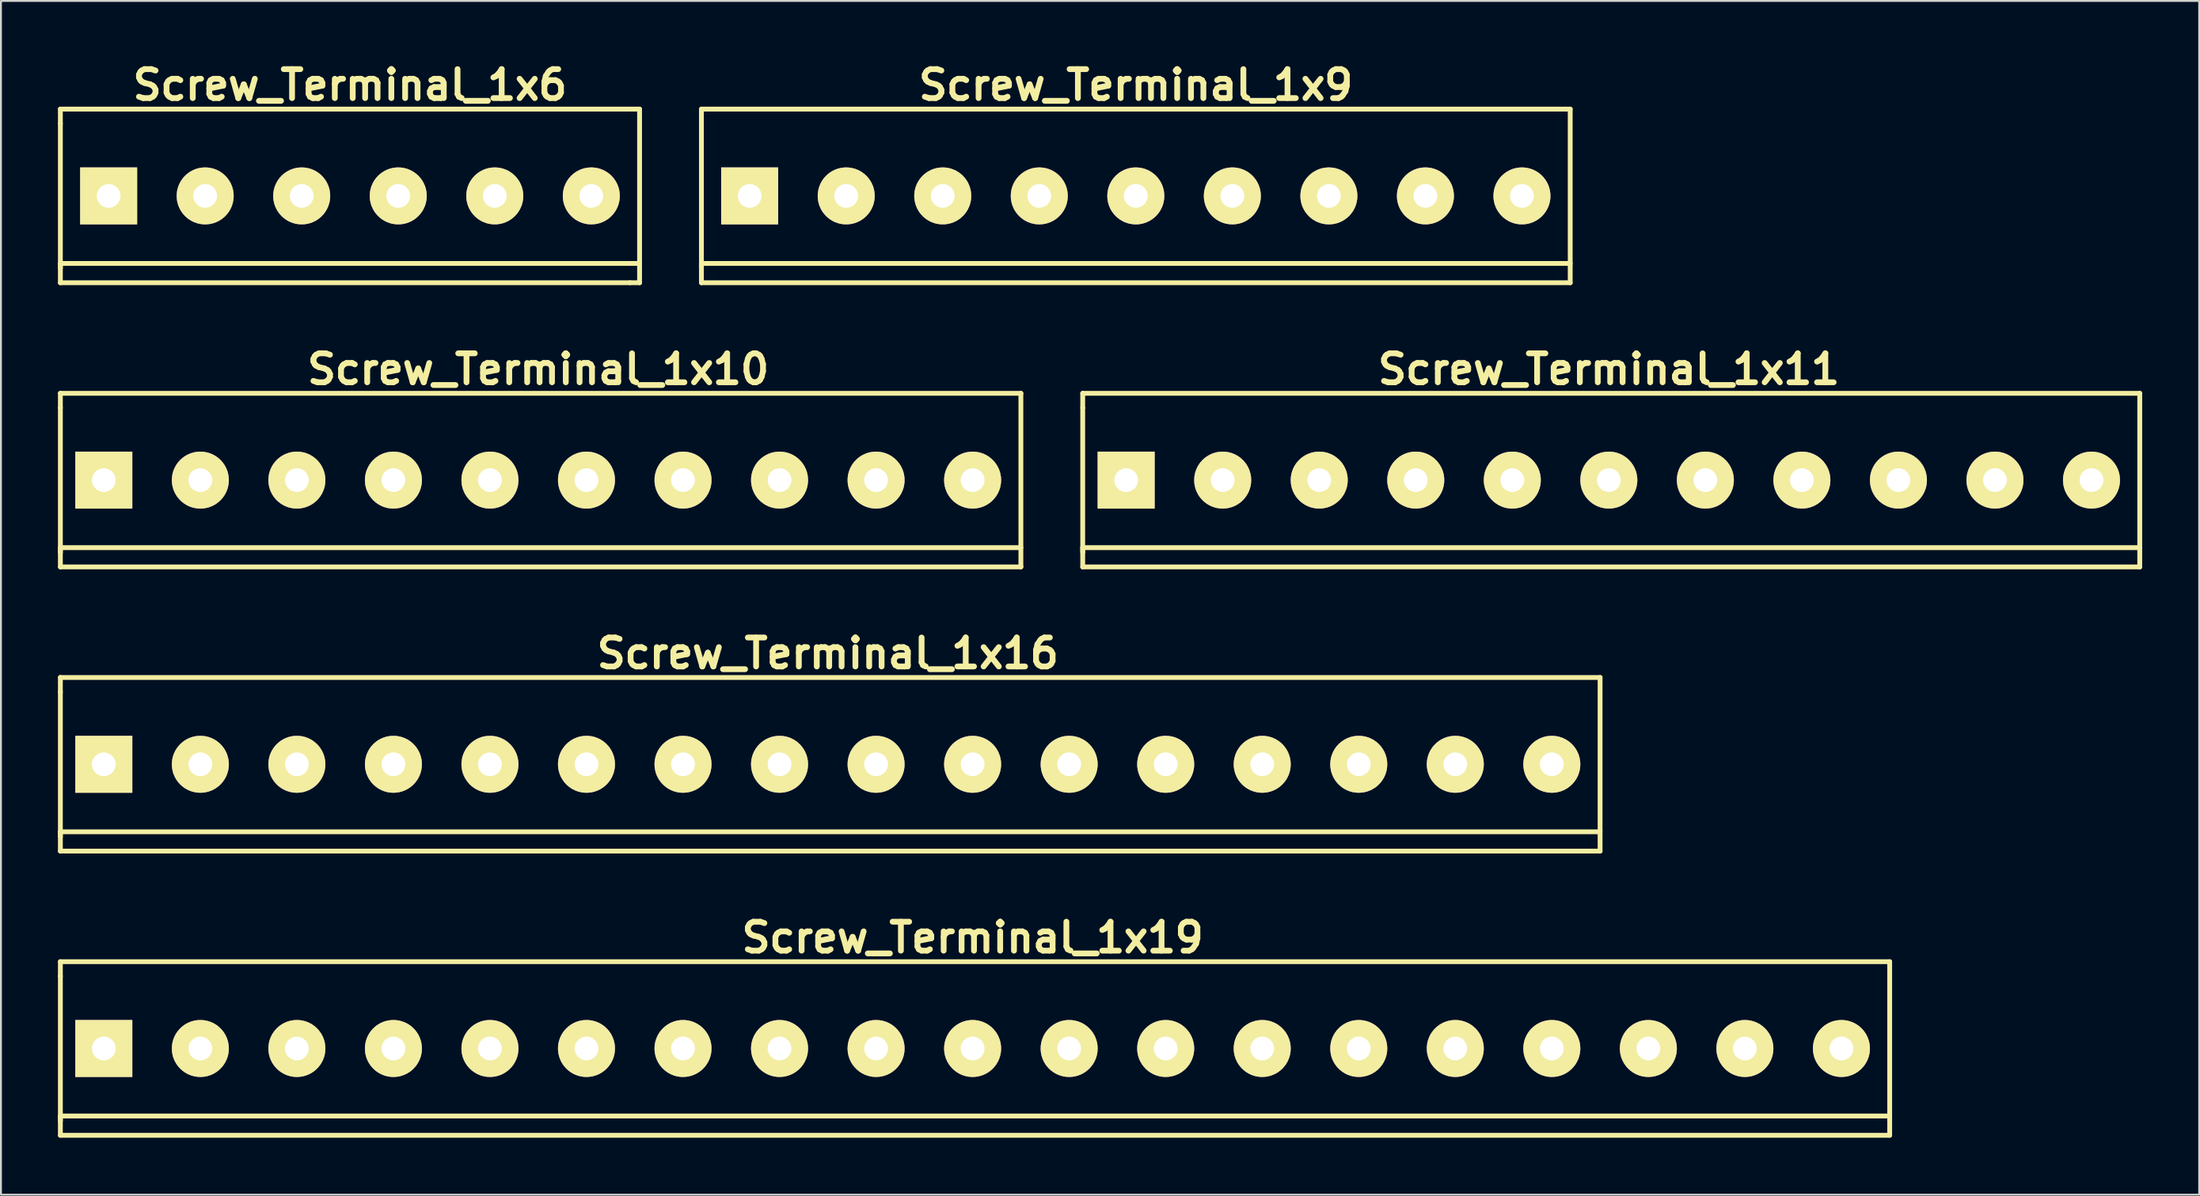
<source format=kicad_pcb>
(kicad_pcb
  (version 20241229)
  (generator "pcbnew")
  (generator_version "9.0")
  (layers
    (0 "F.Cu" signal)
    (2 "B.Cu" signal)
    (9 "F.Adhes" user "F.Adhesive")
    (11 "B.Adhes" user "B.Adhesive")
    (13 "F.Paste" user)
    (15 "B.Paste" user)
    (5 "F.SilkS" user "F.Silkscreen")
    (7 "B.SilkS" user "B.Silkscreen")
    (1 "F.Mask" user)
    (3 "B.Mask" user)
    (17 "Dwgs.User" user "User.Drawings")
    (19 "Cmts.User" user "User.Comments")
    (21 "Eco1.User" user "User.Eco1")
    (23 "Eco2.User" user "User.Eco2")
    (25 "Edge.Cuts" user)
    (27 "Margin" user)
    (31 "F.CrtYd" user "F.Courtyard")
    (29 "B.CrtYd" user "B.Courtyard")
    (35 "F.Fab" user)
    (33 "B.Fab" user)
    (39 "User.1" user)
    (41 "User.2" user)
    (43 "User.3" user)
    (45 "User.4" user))
  (footprint "Screw_Terminal_1x11"
    (layer "F.Cu")
    (at 81.613 22.236)
    (property "Reference" "Screw_Terminal_1x11" (at 0 -5.842 0) (layer "F.SilkS") (effects (font (size 1.524 1.524) (thickness 0.305))))
    (attr through_hole)
    (fp_line (start -27.686 -4.572) (end -27.686 -3.81) (stroke (width 0.254) (type solid)) (layer "F.SilkS"))
    (fp_line (start -27.686 3.81) (end -27.686 -3.81) (stroke (width 0.254) (type solid)) (layer "F.SilkS"))
    (fp_line (start -27.686 4.572) (end -27.686 3.556) (stroke (width 0.254) (type solid)) (layer "F.SilkS"))
    (fp_line (start -27.686 4.572) (end 27.94 4.572) (stroke (width 0.254) (type solid)) (layer "F.SilkS"))
    (fp_line (start 27.94 -4.572) (end -27.686 -4.572) (stroke (width 0.254) (type solid)) (layer "F.SilkS"))
    (fp_line (start 27.94 -4.572) (end 27.94 4.572) (stroke (width 0.254) (type solid)) (layer "F.SilkS"))
    (fp_line (start 27.94 3.556) (end -27.686 3.556) (stroke (width 0.254) (type solid)) (layer "F.SilkS"))
    (pad "1" thru_hole rect (at -25.4 0) (size 3 3) (drill 1.25) (layers "*.Cu" "*.Mask" "F.SilkS"))
    (pad "2" thru_hole circle (at -20.32 0) (size 3 3) (drill 1.25) (layers "*.Cu" "*.Mask" "F.SilkS"))
    (pad "3" thru_hole circle (at -15.24 0) (size 3 3) (drill 1.25) (layers "*.Cu" "*.Mask" "F.SilkS"))
    (pad "4" thru_hole circle (at -10.16 0) (size 3 3) (drill 1.25) (layers "*.Cu" "*.Mask" "F.SilkS"))
    (pad "5" thru_hole circle (at -5.08 0) (size 3 3) (drill 1.25) (layers "*.Cu" "*.Mask" "F.SilkS"))
    (pad "6" thru_hole circle (at 0 0) (size 3 3) (drill 1.25) (layers "*.Cu" "*.Mask" "F.SilkS"))
    (pad "7" thru_hole circle (at 5.08 0) (size 3 3) (drill 1.25) (layers "*.Cu" "*.Mask" "F.SilkS"))
    (pad "8" thru_hole circle (at 10.16 0) (size 3 3) (drill 1.25) (layers "*.Cu" "*.Mask" "F.SilkS"))
    (pad "9" thru_hole circle (at 15.24 0) (size 3 3) (drill 1.25) (layers "*.Cu" "*.Mask" "F.SilkS"))
    (pad "10" thru_hole circle (at 20.32 0) (size 3 3) (drill 1.25) (layers "*.Cu" "*.Mask" "F.SilkS"))
    (pad "11" thru_hole circle (at 25.4 0) (size 3 3) (drill 1.25) (layers "*.Cu" "*.Mask" "F.SilkS")))
  (footprint "Screw_Terminal_1x6"
    (layer "F.Cu")
    (at 15.367 7.268)
    (property "Reference" "Screw_Terminal_1x6" (at 0 -5.842 0) (layer "F.SilkS") (effects (font (size 1.524 1.524) (thickness 0.305))))
    (attr through_hole)
    (fp_line (start -15.24 -4.572) (end -15.24 -3.81) (stroke (width 0.254) (type solid)) (layer "F.SilkS"))
    (fp_line (start -15.24 3.81) (end -15.24 -3.81) (stroke (width 0.254) (type solid)) (layer "F.SilkS"))
    (fp_line (start -15.24 4.572) (end -15.24 3.556) (stroke (width 0.254) (type solid)) (layer "F.SilkS"))
    (fp_line (start -15.24 4.572) (end 14.732 4.572) (stroke (width 0.254) (type solid)) (layer "F.SilkS"))
    (fp_line (start 14.732 -4.572) (end -15.24 -4.572) (stroke (width 0.254) (type solid)) (layer "F.SilkS"))
    (fp_line (start 14.732 -4.572) (end 15.24 -4.572) (stroke (width 0.254) (type solid)) (layer "F.SilkS"))
    (fp_line (start 14.732 3.556) (end -15.24 3.556) (stroke (width 0.254) (type solid)) (layer "F.SilkS"))
    (fp_line (start 14.732 4.572) (end 15.24 4.572) (stroke (width 0.254) (type solid)) (layer "F.SilkS"))
    (fp_line (start 15.24 -4.572) (end 15.24 4.572) (stroke (width 0.254) (type solid)) (layer "F.SilkS"))
    (fp_line (start 15.24 3.556) (end 14.732 3.556) (stroke (width 0.254) (type solid)) (layer "F.SilkS"))
    (pad "1" thru_hole rect (at -12.7 0) (size 3 3) (drill 1.25) (layers "*.Cu" "*.Mask" "F.SilkS"))
    (pad "2" thru_hole circle (at -7.62 0) (size 3 3) (drill 1.25) (layers "*.Cu" "*.Mask" "F.SilkS"))
    (pad "3" thru_hole circle (at -2.54 0) (size 3 3) (drill 1.25) (layers "*.Cu" "*.Mask" "F.SilkS"))
    (pad "4" thru_hole circle (at 2.54 0) (size 3 3) (drill 1.25) (layers "*.Cu" "*.Mask" "F.SilkS"))
    (pad "5" thru_hole circle (at 7.62 0) (size 3 3) (drill 1.25) (layers "*.Cu" "*.Mask" "F.SilkS"))
    (pad "6" thru_hole circle (at 12.7 0) (size 3 3) (drill 1.25) (layers "*.Cu" "*.Mask" "F.SilkS")))
  (footprint "Screw_Terminal_1x19"
    (layer "F.Cu")
    (at 48.133 52.171)
    (property "Reference" "Screw_Terminal_1x19" (at 0 -5.842 0) (layer "F.SilkS") (effects (font (size 1.524 1.524) (thickness 0.305))))
    (attr through_hole)
    (fp_line (start -48.006 -4.572) (end -48.006 -3.81) (stroke (width 0.254) (type solid)) (layer "F.SilkS"))
    (fp_line (start -48.006 3.81) (end -48.006 -3.81) (stroke (width 0.254) (type solid)) (layer "F.SilkS"))
    (fp_line (start -48.006 4.572) (end -48.006 3.556) (stroke (width 0.254) (type solid)) (layer "F.SilkS"))
    (fp_line (start -48.006 4.572) (end 48.26 4.572) (stroke (width 0.254) (type solid)) (layer "F.SilkS"))
    (fp_line (start 48.26 -4.572) (end -48.006 -4.572) (stroke (width 0.254) (type solid)) (layer "F.SilkS"))
    (fp_line (start 48.26 -4.572) (end 48.26 4.572) (stroke (width 0.254) (type solid)) (layer "F.SilkS"))
    (fp_line (start 48.26 3.556) (end -48.006 3.556) (stroke (width 0.254) (type solid)) (layer "F.SilkS"))
    (pad "1" thru_hole rect (at -45.72 0) (size 3 3) (drill 1.25) (layers "*.Cu" "*.Mask" "F.SilkS"))
    (pad "2" thru_hole circle (at -40.64 0) (size 3 3) (drill 1.25) (layers "*.Cu" "*.Mask" "F.SilkS"))
    (pad "3" thru_hole circle (at -35.56 0) (size 3 3) (drill 1.25) (layers "*.Cu" "*.Mask" "F.SilkS"))
    (pad "4" thru_hole circle (at -30.48 0) (size 3 3) (drill 1.25) (layers "*.Cu" "*.Mask" "F.SilkS"))
    (pad "5" thru_hole circle (at -25.4 0) (size 3 3) (drill 1.25) (layers "*.Cu" "*.Mask" "F.SilkS"))
    (pad "6" thru_hole circle (at -20.32 0) (size 3 3) (drill 1.25) (layers "*.Cu" "*.Mask" "F.SilkS"))
    (pad "7" thru_hole circle (at -15.24 0) (size 3 3) (drill 1.25) (layers "*.Cu" "*.Mask" "F.SilkS"))
    (pad "8" thru_hole circle (at -10.16 0) (size 3 3) (drill 1.25) (layers "*.Cu" "*.Mask" "F.SilkS"))
    (pad "9" thru_hole circle (at -5.08 0) (size 3 3) (drill 1.25) (layers "*.Cu" "*.Mask" "F.SilkS"))
    (pad "10" thru_hole circle (at 0 0) (size 3 3) (drill 1.25) (layers "*.Cu" "*.Mask" "F.SilkS"))
    (pad "11" thru_hole circle (at 5.08 0) (size 3 3) (drill 1.25) (layers "*.Cu" "*.Mask" "F.SilkS"))
    (pad "12" thru_hole circle (at 10.16 0) (size 3 3) (drill 1.25) (layers "*.Cu" "*.Mask" "F.SilkS"))
    (pad "13" thru_hole circle (at 15.24 0) (size 3 3) (drill 1.25) (layers "*.Cu" "*.Mask" "F.SilkS"))
    (pad "14" thru_hole circle (at 20.32 0) (size 3 3) (drill 1.25) (layers "*.Cu" "*.Mask" "F.SilkS"))
    (pad "15" thru_hole circle (at 25.4 0) (size 3 3) (drill 1.25) (layers "*.Cu" "*.Mask" "F.SilkS"))
    (pad "16" thru_hole circle (at 30.48 0) (size 3 3) (drill 1.25) (layers "*.Cu" "*.Mask" "F.SilkS"))
    (pad "17" thru_hole circle (at 35.56 0) (size 3 3) (drill 1.25) (layers "*.Cu" "*.Mask" "F.SilkS"))
    (pad "18" thru_hole circle (at 40.64 0) (size 3 3) (drill 1.25) (layers "*.Cu" "*.Mask" "F.SilkS"))
    (pad "19" thru_hole circle (at 45.72 0) (size 3 3) (drill 1.25) (layers "*.Cu" "*.Mask" "F.SilkS")))
  (footprint "Screw_Terminal_1x9"
    (layer "F.Cu")
    (at 56.721 7.268)
    (property "Reference" "Screw_Terminal_1x9" (at 0 -5.842 0) (layer "F.SilkS") (effects (font (size 1.524 1.524) (thickness 0.305))))
    (attr through_hole)
    (fp_line (start -22.86 -4.572) (end -22.86 -3.81) (stroke (width 0.254) (type solid)) (layer "F.SilkS"))
    (fp_line (start -22.86 3.81) (end -22.86 -3.81) (stroke (width 0.254) (type solid)) (layer "F.SilkS"))
    (fp_line (start -22.86 4.572) (end -22.86 3.556) (stroke (width 0.254) (type solid)) (layer "F.SilkS"))
    (fp_line (start -22.86 4.572) (end 22.86 4.572) (stroke (width 0.254) (type solid)) (layer "F.SilkS"))
    (fp_line (start 22.86 -4.572) (end -22.86 -4.572) (stroke (width 0.254) (type solid)) (layer "F.SilkS"))
    (fp_line (start 22.86 -4.572) (end 22.86 4.572) (stroke (width 0.254) (type solid)) (layer "F.SilkS"))
    (fp_line (start 22.86 3.556) (end -22.86 3.556) (stroke (width 0.254) (type solid)) (layer "F.SilkS"))
    (pad "1" thru_hole rect (at -20.32 0) (size 3 3) (drill 1.25) (layers "*.Cu" "*.Mask" "F.SilkS"))
    (pad "2" thru_hole circle (at -15.24 0) (size 3 3) (drill 1.25) (layers "*.Cu" "*.Mask" "F.SilkS"))
    (pad "3" thru_hole circle (at -10.16 0) (size 3 3) (drill 1.25) (layers "*.Cu" "*.Mask" "F.SilkS"))
    (pad "4" thru_hole circle (at -5.08 0) (size 3 3) (drill 1.25) (layers "*.Cu" "*.Mask" "F.SilkS"))
    (pad "5" thru_hole circle (at 0 0) (size 3 3) (drill 1.25) (layers "*.Cu" "*.Mask" "F.SilkS"))
    (pad "6" thru_hole circle (at 5.08 0) (size 3 3) (drill 1.25) (layers "*.Cu" "*.Mask" "F.SilkS"))
    (pad "7" thru_hole circle (at 10.16 0) (size 3 3) (drill 1.25) (layers "*.Cu" "*.Mask" "F.SilkS"))
    (pad "8" thru_hole circle (at 15.24 0) (size 3 3) (drill 1.25) (layers "*.Cu" "*.Mask" "F.SilkS"))
    (pad "9" thru_hole circle (at 20.32 0) (size 3 3) (drill 1.25) (layers "*.Cu" "*.Mask" "F.SilkS")))
  (footprint "Screw_Terminal_1x10"
    (layer "F.Cu")
    (at 25.273 22.236)
    (property "Reference" "Screw_Terminal_1x10" (at 0 -5.842 0) (layer "F.SilkS") (effects (font (size 1.524 1.524) (thickness 0.305))))
    (attr through_hole)
    (fp_line (start -25.146 -4.572) (end -25.146 -3.81) (stroke (width 0.254) (type solid)) (layer "F.SilkS"))
    (fp_line (start -25.146 -4.572) (end 25.4 -4.572) (stroke (width 0.254) (type solid)) (layer "F.SilkS"))
    (fp_line (start -25.146 3.81) (end -25.146 -3.81) (stroke (width 0.254) (type solid)) (layer "F.SilkS"))
    (fp_line (start -25.146 4.572) (end -25.146 3.556) (stroke (width 0.254) (type solid)) (layer "F.SilkS"))
    (fp_line (start -25.146 4.572) (end 25.4 4.572) (stroke (width 0.254) (type solid)) (layer "F.SilkS"))
    (fp_line (start 25.4 -4.572) (end 25.4 4.572) (stroke (width 0.254) (type solid)) (layer "F.SilkS"))
    (fp_line (start 25.4 3.556) (end -25.146 3.556) (stroke (width 0.254) (type solid)) (layer "F.SilkS"))
    (pad "1" thru_hole rect (at -22.86 0) (size 3 3) (drill 1.25) (layers "*.Cu" "*.Mask" "F.SilkS"))
    (pad "2" thru_hole circle (at -17.78 0) (size 3 3) (drill 1.25) (layers "*.Cu" "*.Mask" "F.SilkS"))
    (pad "3" thru_hole circle (at -12.7 0) (size 3 3) (drill 1.25) (layers "*.Cu" "*.Mask" "F.SilkS"))
    (pad "4" thru_hole circle (at -7.62 0) (size 3 3) (drill 1.25) (layers "*.Cu" "*.Mask" "F.SilkS"))
    (pad "5" thru_hole circle (at -2.54 0) (size 3 3) (drill 1.25) (layers "*.Cu" "*.Mask" "F.SilkS"))
    (pad "6" thru_hole circle (at 2.54 0) (size 3 3) (drill 1.25) (layers "*.Cu" "*.Mask" "F.SilkS"))
    (pad "7" thru_hole circle (at 7.62 0) (size 3 3) (drill 1.25) (layers "*.Cu" "*.Mask" "F.SilkS"))
    (pad "8" thru_hole circle (at 12.7 0) (size 3 3) (drill 1.25) (layers "*.Cu" "*.Mask" "F.SilkS"))
    (pad "9" thru_hole circle (at 17.78 0) (size 3 3) (drill 1.25) (layers "*.Cu" "*.Mask" "F.SilkS"))
    (pad "10" thru_hole circle (at 22.86 0) (size 3 3) (drill 1.25) (layers "*.Cu" "*.Mask" "F.SilkS")))
  (footprint "Screw_Terminal_1x16"
    (layer "F.Cu")
    (at 40.513 37.203)
    (property "Reference" "Screw_Terminal_1x16" (at 0 -5.842 0) (layer "F.SilkS") (effects (font (size 1.524 1.524) (thickness 0.305))))
    (attr through_hole)
    (fp_line (start -40.386 -4.572) (end -40.386 -3.81) (stroke (width 0.254) (type solid)) (layer "F.SilkS"))
    (fp_line (start -40.386 3.81) (end -40.386 -3.81) (stroke (width 0.254) (type solid)) (layer "F.SilkS"))
    (fp_line (start -40.386 4.572) (end -40.386 3.556) (stroke (width 0.254) (type solid)) (layer "F.SilkS"))
    (fp_line (start -40.386 4.572) (end 40.64 4.572) (stroke (width 0.254) (type solid)) (layer "F.SilkS"))
    (fp_line (start 40.64 -4.572) (end -40.386 -4.572) (stroke (width 0.254) (type solid)) (layer "F.SilkS"))
    (fp_line (start 40.64 -4.572) (end 40.64 4.572) (stroke (width 0.254) (type solid)) (layer "F.SilkS"))
    (fp_line (start 40.64 3.556) (end -40.386 3.556) (stroke (width 0.254) (type solid)) (layer "F.SilkS"))
    (pad "1" thru_hole rect (at -38.1 0) (size 3 3) (drill 1.25) (layers "*.Cu" "*.Mask" "F.SilkS"))
    (pad "2" thru_hole circle (at -33.02 0) (size 3 3) (drill 1.25) (layers "*.Cu" "*.Mask" "F.SilkS"))
    (pad "3" thru_hole circle (at -27.94 0) (size 3 3) (drill 1.25) (layers "*.Cu" "*.Mask" "F.SilkS"))
    (pad "4" thru_hole circle (at -22.86 0) (size 3 3) (drill 1.25) (layers "*.Cu" "*.Mask" "F.SilkS"))
    (pad "5" thru_hole circle (at -17.78 0) (size 3 3) (drill 1.25) (layers "*.Cu" "*.Mask" "F.SilkS"))
    (pad "6" thru_hole circle (at -12.7 0) (size 3 3) (drill 1.25) (layers "*.Cu" "*.Mask" "F.SilkS"))
    (pad "7" thru_hole circle (at -7.62 0) (size 3 3) (drill 1.25) (layers "*.Cu" "*.Mask" "F.SilkS"))
    (pad "8" thru_hole circle (at -2.54 0) (size 3 3) (drill 1.25) (layers "*.Cu" "*.Mask" "F.SilkS"))
    (pad "9" thru_hole circle (at 2.54 0) (size 3 3) (drill 1.25) (layers "*.Cu" "*.Mask" "F.SilkS"))
    (pad "10" thru_hole circle (at 7.62 0) (size 3 3) (drill 1.25) (layers "*.Cu" "*.Mask" "F.SilkS"))
    (pad "11" thru_hole circle (at 12.7 0) (size 3 3) (drill 1.25) (layers "*.Cu" "*.Mask" "F.SilkS"))
    (pad "12" thru_hole circle (at 17.78 0) (size 3 3) (drill 1.25) (layers "*.Cu" "*.Mask" "F.SilkS"))
    (pad "13" thru_hole circle (at 22.86 0) (size 3 3) (drill 1.25) (layers "*.Cu" "*.Mask" "F.SilkS"))
    (pad "14" thru_hole circle (at 27.94 0) (size 3 3) (drill 1.25) (layers "*.Cu" "*.Mask" "F.SilkS"))
    (pad "15" thru_hole circle (at 33.02 0) (size 3 3) (drill 1.25) (layers "*.Cu" "*.Mask" "F.SilkS"))
    (pad "16" thru_hole circle (at 38.1 0) (size 3 3) (drill 1.25) (layers "*.Cu" "*.Mask" "F.SilkS")))
  (gr_rect
    (start -3 -3)
    (end 112.68 59.87)
    (stroke (width 0.1) (type default))
    (fill no)
    (layer "Edge.Cuts")))
</source>
